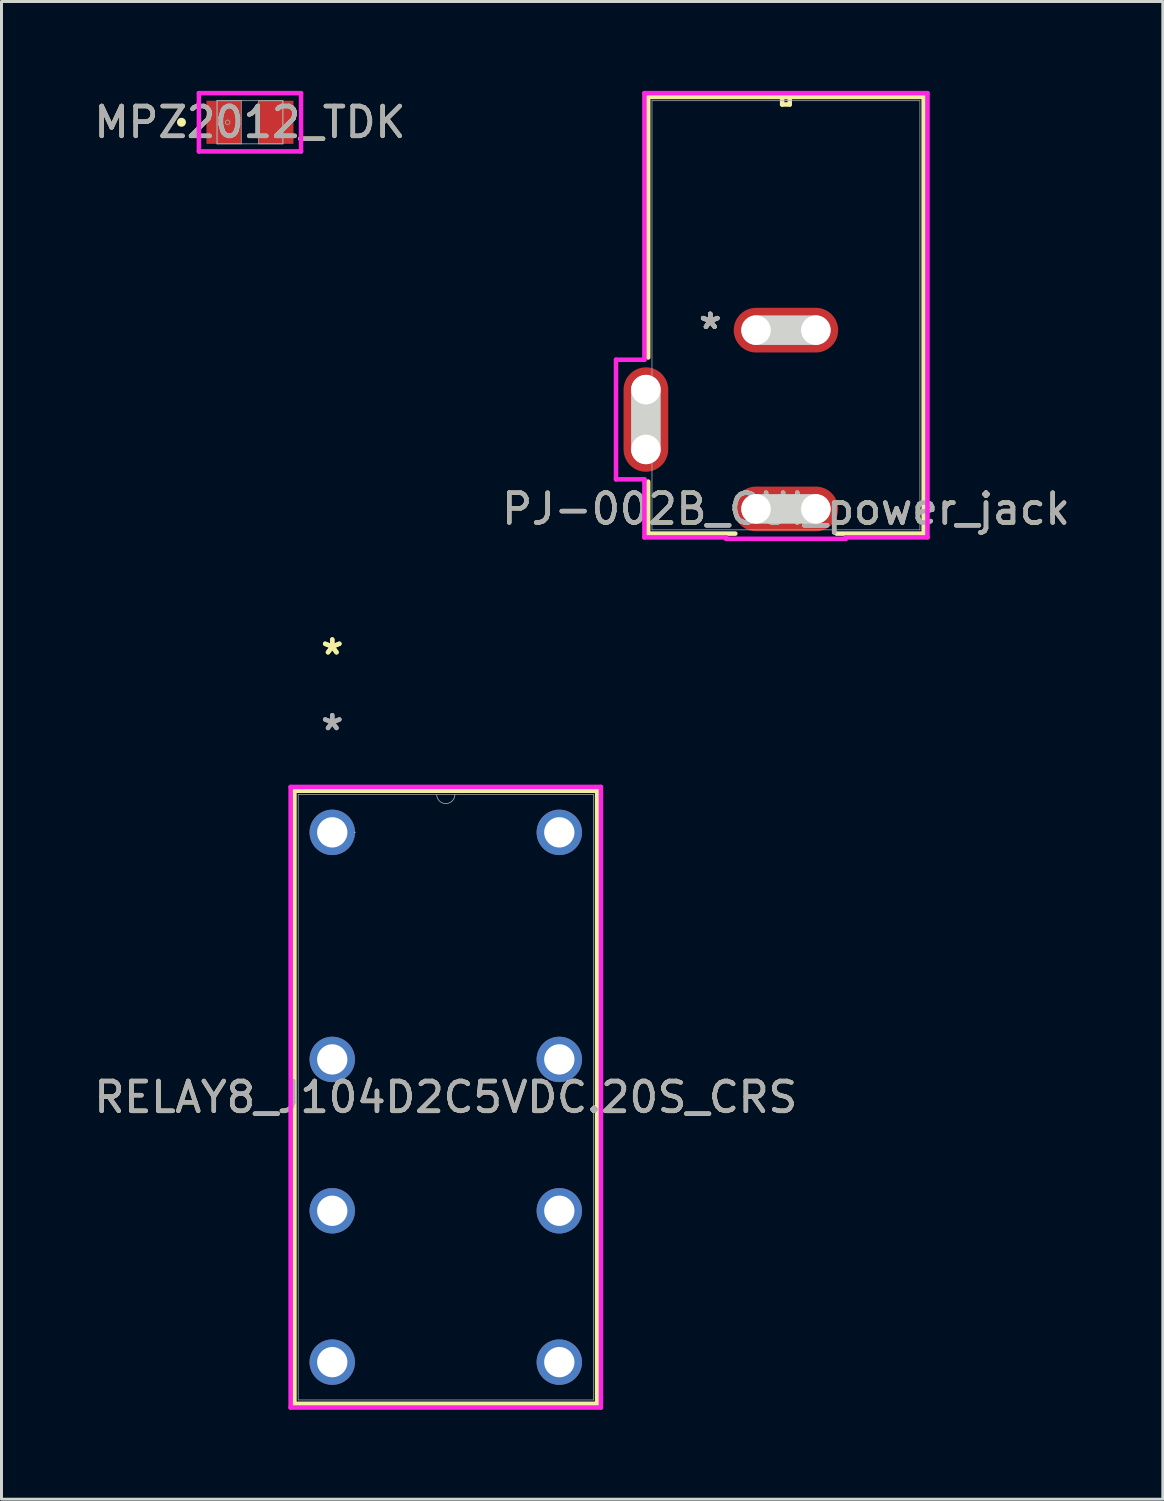
<source format=kicad_pcb>
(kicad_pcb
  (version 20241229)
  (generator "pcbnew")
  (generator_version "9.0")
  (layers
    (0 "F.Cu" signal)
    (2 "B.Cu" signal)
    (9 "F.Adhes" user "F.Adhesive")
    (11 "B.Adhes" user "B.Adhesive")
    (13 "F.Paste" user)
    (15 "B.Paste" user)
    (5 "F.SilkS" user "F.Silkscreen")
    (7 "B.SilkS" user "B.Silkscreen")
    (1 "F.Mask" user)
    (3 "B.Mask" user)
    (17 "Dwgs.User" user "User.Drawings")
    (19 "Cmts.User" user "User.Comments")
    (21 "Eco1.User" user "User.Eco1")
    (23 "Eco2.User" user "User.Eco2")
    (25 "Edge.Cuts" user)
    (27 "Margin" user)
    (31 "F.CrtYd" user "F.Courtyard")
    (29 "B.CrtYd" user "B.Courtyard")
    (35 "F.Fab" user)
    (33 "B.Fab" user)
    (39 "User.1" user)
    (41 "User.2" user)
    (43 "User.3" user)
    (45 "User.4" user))
  (footprint "MPZ2012_TDK"
    (layer "F.Cu")
    (at 5.339 1.054)
    (property "Reference" "MPZ2012_TDK" (at 0 0 0) (unlocked yes) (layer "F.SilkS") (effects (font (size 1 1) (thickness 0.15))))
    (attr smd)
    (fp_circle (center -2.299 0) (end -2.223 0) (stroke (width 0.152) (type solid)) (fill no) (layer "F.SilkS"))
    (fp_line (start -1.714 -0.978) (end 1.714 -0.978) (stroke (width 0.152) (type solid)) (layer "F.CrtYd"))
    (fp_line (start -1.714 0.978) (end -1.714 -0.978) (stroke (width 0.152) (type solid)) (layer "F.CrtYd"))
    (fp_line (start 1.714 -0.978) (end 1.714 0.978) (stroke (width 0.152) (type solid)) (layer "F.CrtYd"))
    (fp_line (start 1.714 0.978) (end -1.714 0.978) (stroke (width 0.152) (type solid)) (layer "F.CrtYd"))
    (fp_line (start -1.105 -0.724) (end -1.105 0.724) (stroke (width 0.025) (type solid)) (layer "F.Fab"))
    (fp_line (start -1.105 -0.724) (end -1.105 0.724) (stroke (width 0.025) (type solid)) (layer "F.Fab"))
    (fp_line (start -1.105 0.724) (end -0.292 0.724) (stroke (width 0.025) (type solid)) (layer "F.Fab"))
    (fp_line (start -1.105 0.724) (end 1.105 0.724) (stroke (width 0.025) (type solid)) (layer "F.Fab"))
    (fp_line (start -0.292 -0.724) (end -1.105 -0.724) (stroke (width 0.025) (type solid)) (layer "F.Fab"))
    (fp_line (start -0.292 0.724) (end -0.292 -0.724) (stroke (width 0.025) (type solid)) (layer "F.Fab"))
    (fp_line (start 0.292 -0.724) (end 0.292 0.724) (stroke (width 0.025) (type solid)) (layer "F.Fab"))
    (fp_line (start 0.292 0.724) (end 1.105 0.724) (stroke (width 0.025) (type solid)) (layer "F.Fab"))
    (fp_line (start 1.105 -0.724) (end -1.105 -0.724) (stroke (width 0.025) (type solid)) (layer "F.Fab"))
    (fp_line (start 1.105 -0.724) (end 0.292 -0.724) (stroke (width 0.025) (type solid)) (layer "F.Fab"))
    (fp_line (start 1.105 0.724) (end 1.105 -0.724) (stroke (width 0.025) (type solid)) (layer "F.Fab"))
    (fp_line (start 1.105 0.724) (end 1.105 -0.724) (stroke (width 0.025) (type solid)) (layer "F.Fab"))
    (fp_circle (center -0.749 0) (end -0.673 0) (stroke (width 0.025) (type solid)) (fill no) (layer "F.Fab"))
    (fp_text user "${REFERENCE}" (at 0 0 0) (unlocked yes) (layer "F.Fab") (effects (font (size 1 1) (thickness 0.15))))
    (pad "1" smd rect (at -0.876 0) (size 1.168 1.448) (layers "F.Cu" "F.Mask" "F.Paste"))
    (pad "2" smd rect (at 0.876 0) (size 1.168 1.448) (layers "F.Cu" "F.Mask" "F.Paste"))
    (zone (net_name "") (layer "F.Cu") (hatch full 0.508) (connect_pads) (min_thickness 0.254) (filled_areas_thickness no) (keepout (tracks not_allowed) (vias not_allowed) (pads allowed) (copperpour not_allowed) (footprints allowed)) (placement (enabled no)) (fill) (polygon (pts (xy 5.098 0.381) (xy 5.581 0.381) (xy 5.581 1.727) (xy 5.098 1.727)))))
  (footprint "PJ-002B_CUI_power_jack"
    (layer "F.Cu")
    (at 23.327 14.03)
    (property "Reference" "PJ-002B_CUI_power_jack" (at 0 0 0) (unlocked yes) (layer "F.SilkS") (effects (font (size 1 1) (thickness 0.15))))
    (attr smd)
    (fp_line (start -4.623 -13.827) (end -4.623 -5.083) (stroke (width 0.152) (type solid)) (layer "F.SilkS"))
    (fp_line (start -4.623 -0.917) (end -4.623 0.829) (stroke (width 0.152) (type solid)) (layer "F.SilkS"))
    (fp_line (start -4.623 0.829) (end -1.699 0.829) (stroke (width 0.152) (type solid)) (layer "F.SilkS"))
    (fp_line (start -0.127 -13.827) (end -0.127 -13.573) (stroke (width 0.152) (type solid)) (layer "F.SilkS"))
    (fp_line (start -0.127 -13.573) (end 0.127 -13.573) (stroke (width 0.152) (type solid)) (layer "F.SilkS"))
    (fp_line (start 0.127 -13.827) (end -0.127 -13.827) (stroke (width 0.152) (type solid)) (layer "F.SilkS"))
    (fp_line (start 0.127 -13.573) (end 0.127 -13.827) (stroke (width 0.152) (type solid)) (layer "F.SilkS"))
    (fp_line (start 1.699 0.829) (end 4.623 0.829) (stroke (width 0.152) (type solid)) (layer "F.SilkS"))
    (fp_line (start 4.623 -13.827) (end -4.623 -13.827) (stroke (width 0.152) (type solid)) (layer "F.SilkS"))
    (fp_line (start 4.623 0.829) (end 4.623 -13.827) (stroke (width 0.152) (type solid)) (layer "F.SilkS"))
    (fp_line (start -4.7 -1.997) (end -4.7 -4.003) (stroke (width 0.991) (type solid)) (layer "Edge.Cuts"))
    (fp_line (start -1.003 -6) (end 1.003 -6) (stroke (width 0.991) (type solid)) (layer "Edge.Cuts"))
    (fp_line (start -1.003 0) (end 1.003 0) (stroke (width 0.991) (type solid)) (layer "Edge.Cuts"))
    (fp_line (start -5.703 -5.007) (end -5.703 -0.993) (stroke (width 0.152) (type solid)) (layer "F.CrtYd"))
    (fp_line (start -5.703 -0.993) (end -4.75 -0.993) (stroke (width 0.152) (type solid)) (layer "F.CrtYd"))
    (fp_line (start -4.75 -0.993) (end -4.75 0.956) (stroke (width 0.152) (type solid)) (layer "F.CrtYd"))
    (fp_line (start -4.75 -13.954) (end -4.75 -5.007) (stroke (width 0.152) (type solid)) (layer "F.CrtYd"))
    (fp_line (start -4.75 -5.007) (end -5.703 -5.007) (stroke (width 0.152) (type solid)) (layer "F.CrtYd"))
    (fp_line (start -4.75 0.956) (end -2.007 0.956) (stroke (width 0.152) (type solid)) (layer "F.CrtYd"))
    (fp_line (start -2.007 0.956) (end -2.007 1.003) (stroke (width 0.152) (type solid)) (layer "F.CrtYd"))
    (fp_line (start -2.007 1.003) (end 2.007 1.003) (stroke (width 0.152) (type solid)) (layer "F.CrtYd"))
    (fp_line (start 2.007 0.956) (end 4.75 0.956) (stroke (width 0.152) (type solid)) (layer "F.CrtYd"))
    (fp_line (start 2.007 1.003) (end 2.007 0.956) (stroke (width 0.152) (type solid)) (layer "F.CrtYd"))
    (fp_line (start 4.75 -13.954) (end -4.75 -13.954) (stroke (width 0.152) (type solid)) (layer "F.CrtYd"))
    (fp_line (start 4.75 0.956) (end 4.75 -13.954) (stroke (width 0.152) (type solid)) (layer "F.CrtYd"))
    (fp_line (start -4.902 -4.245) (end -4.902 -1.755) (stroke (width 0.025) (type solid)) (layer "F.Fab"))
    (fp_line (start -4.902 -4.245) (end -4.496 -4.245) (stroke (width 0.025) (type solid)) (layer "F.Fab"))
    (fp_line (start -4.902 -1.755) (end -4.496 -1.755) (stroke (width 0.025) (type solid)) (layer "F.Fab"))
    (fp_line (start -4.496 -13.7) (end -4.496 0.702) (stroke (width 0.025) (type solid)) (layer "F.Fab"))
    (fp_line (start -4.496 0.702) (end 4.496 0.702) (stroke (width 0.025) (type solid)) (layer "F.Fab"))
    (fp_line (start 0 -13.7) (end 0 -13.7) (stroke (width 0.025) (type solid)) (layer "F.Fab"))
    (fp_line (start 0 -13.7) (end 0 -13.7) (stroke (width 0.025) (type solid)) (layer "F.Fab"))
    (fp_line (start 0 -13.7) (end 0 -13.7) (stroke (width 0.025) (type solid)) (layer "F.Fab"))
    (fp_line (start 0 -13.7) (end 0 -13.7) (stroke (width 0.025) (type solid)) (layer "F.Fab"))
    (fp_line (start 4.496 -13.7) (end -4.496 -13.7) (stroke (width 0.025) (type solid)) (layer "F.Fab"))
    (fp_line (start 4.496 0.702) (end 4.496 -13.7) (stroke (width 0.025) (type solid)) (layer "F.Fab"))
    (fp_text user "*" (at -2.54 -6 0) (unlocked yes) (layer "F.SilkS") (effects (font (size 1 1) (thickness 0.15))))
    (fp_text user "*" (at -2.54 -6 0) (layer "F.SilkS") (effects (font (size 1 1) (thickness 0.15))))
    (fp_text user "*" (at -2.54 -6 0) (layer "F.Fab") (effects (font (size 1 1) (thickness 0.15))))
    (fp_text user "${REFERENCE}" (at 0 0 0) (unlocked yes) (layer "F.Fab") (effects (font (size 1 1) (thickness 0.15))))
    (fp_text user "*" (at -2.54 -6 0) (unlocked yes) (layer "F.Fab") (effects (font (size 1 1) (thickness 0.15))))
    (pad "" np_thru_hole circle (at -4.7 -4.003) (size 0.991 0.991) (drill 0.991) (layers "*.Cu" "*.Mask"))
    (pad "" np_thru_hole circle (at -4.7 -1.997) (size 0.991 0.991) (drill 0.991) (layers "*.Cu" "*.Mask"))
    (pad "" np_thru_hole circle (at -1.003 -6) (size 0.991 0.991) (drill 0.991) (layers "*.Cu" "*.Mask"))
    (pad "" np_thru_hole circle (at -1.003 0) (size 0.991 0.991) (drill 0.991) (layers "*.Cu" "*.Mask"))
    (pad "" np_thru_hole circle (at 1.003 -6) (size 0.991 0.991) (drill 0.991) (layers "*.Cu" "*.Mask"))
    (pad "" np_thru_hole circle (at 1.003 0) (size 0.991 0.991) (drill 0.991) (layers "*.Cu" "*.Mask"))
    (pad "1" smd oval (at 0 0) (size 3.505 1.499) (layers "F.Cu" "F.Mask" "F.Paste"))
    (pad "2" smd oval (at 0 -6) (size 3.505 1.499) (layers "F.Cu" "F.Mask" "F.Paste"))
    (pad "3" smd oval (at -4.7 -3) (size 1.499 3.505) (layers "F.Cu" "F.Mask" "F.Paste")))
  (footprint "RELAY8_J104D2C5VDC.20S_CRS"
    (layer "F.Cu")
    (at 8.101 24.885)
    (property "Reference" "RELAY8_J104D2C5VDC.20S_CRS" (at 3.81 8.89 0) (unlocked yes) (layer "F.SilkS") (effects (font (size 1 1) (thickness 0.15))))
    (attr through_hole)
    (fp_line (start -1.27 -1.397) (end -1.27 19.177) (stroke (width 0.152) (type solid)) (layer "F.SilkS"))
    (fp_line (start -1.27 19.177) (end 8.89 19.177) (stroke (width 0.152) (type solid)) (layer "F.SilkS"))
    (fp_line (start 8.89 -1.397) (end -1.27 -1.397) (stroke (width 0.152) (type solid)) (layer "F.SilkS"))
    (fp_line (start 8.89 19.177) (end 8.89 -1.397) (stroke (width 0.152) (type solid)) (layer "F.SilkS"))
    (fp_line (start -1.397 -1.524) (end 9.017 -1.524) (stroke (width 0.152) (type solid)) (layer "F.CrtYd"))
    (fp_line (start -1.397 19.304) (end -1.397 -1.524) (stroke (width 0.152) (type solid)) (layer "F.CrtYd"))
    (fp_line (start 9.017 -1.524) (end 9.017 19.304) (stroke (width 0.152) (type solid)) (layer "F.CrtYd"))
    (fp_line (start 9.017 19.304) (end -1.397 19.304) (stroke (width 0.152) (type solid)) (layer "F.CrtYd"))
    (fp_line (start -1.143 -1.27) (end -1.143 19.05) (stroke (width 0.025) (type solid)) (layer "F.Fab"))
    (fp_line (start -1.143 19.05) (end 8.763 19.05) (stroke (width 0.025) (type solid)) (layer "F.Fab"))
    (fp_line (start 8.763 -1.27) (end -1.143 -1.27) (stroke (width 0.025) (type solid)) (layer "F.Fab"))
    (fp_line (start 8.763 19.05) (end 8.763 -1.27) (stroke (width 0.025) (type solid)) (layer "F.Fab"))
    (fp_arc (start 4.1148 -1.27) (mid 3.81 -0.9652) (end 3.5052 -1.27) (stroke (width 0.0254) (type solid)) (layer "F.Fab"))
    (fp_circle (center 0.762 0) (end 0.762 0) (stroke (width 0.025) (type solid)) (fill no) (layer "F.Fab"))
    (fp_text user "*" (at 0 -5.927 0) (unlocked yes) (layer "F.SilkS") (effects (font (size 1 1) (thickness 0.15))))
    (fp_text user "*" (at 0 -5.927 0) (layer "F.SilkS") (effects (font (size 1 1) (thickness 0.15))))
    (fp_text user "*" (at 0 -3.387 0) (layer "F.Fab") (effects (font (size 1 1) (thickness 0.15))))
    (fp_text user "${REFERENCE}" (at 3.81 8.89 0) (unlocked yes) (layer "F.Fab") (effects (font (size 1 1) (thickness 0.15))))
    (fp_text user "*" (at 0 -3.387 0) (unlocked yes) (layer "F.Fab") (effects (font (size 1 1) (thickness 0.15))))
    (pad "1" thru_hole circle (at 0 0) (size 1.524 1.524) (drill 1.016) (layers "*.Cu" "*.Mask"))
    (pad "2" thru_hole circle (at 0 7.62) (size 1.524 1.524) (drill 1.016) (layers "*.Cu" "*.Mask"))
    (pad "3" thru_hole circle (at 0 12.7) (size 1.524 1.524) (drill 1.016) (layers "*.Cu" "*.Mask"))
    (pad "4" thru_hole circle (at 0 17.78) (size 1.524 1.524) (drill 1.016) (layers "*.Cu" "*.Mask"))
    (pad "5" thru_hole circle (at 7.62 17.78) (size 1.524 1.524) (drill 1.016) (layers "*.Cu" "*.Mask"))
    (pad "6" thru_hole circle (at 7.62 12.7) (size 1.524 1.524) (drill 1.016) (layers "*.Cu" "*.Mask"))
    (pad "7" thru_hole circle (at 7.62 7.62) (size 1.524 1.524) (drill 1.016) (layers "*.Cu" "*.Mask"))
    (pad "8" thru_hole circle (at 7.62 0) (size 1.524 1.524) (drill 1.016) (layers "*.Cu" "*.Mask")))
  (gr_rect
    (start -3 -3)
    (end 35.976 47.265)
    (stroke (width 0.1) (type default))
    (fill no)
    (layer "Edge.Cuts")))
</source>
